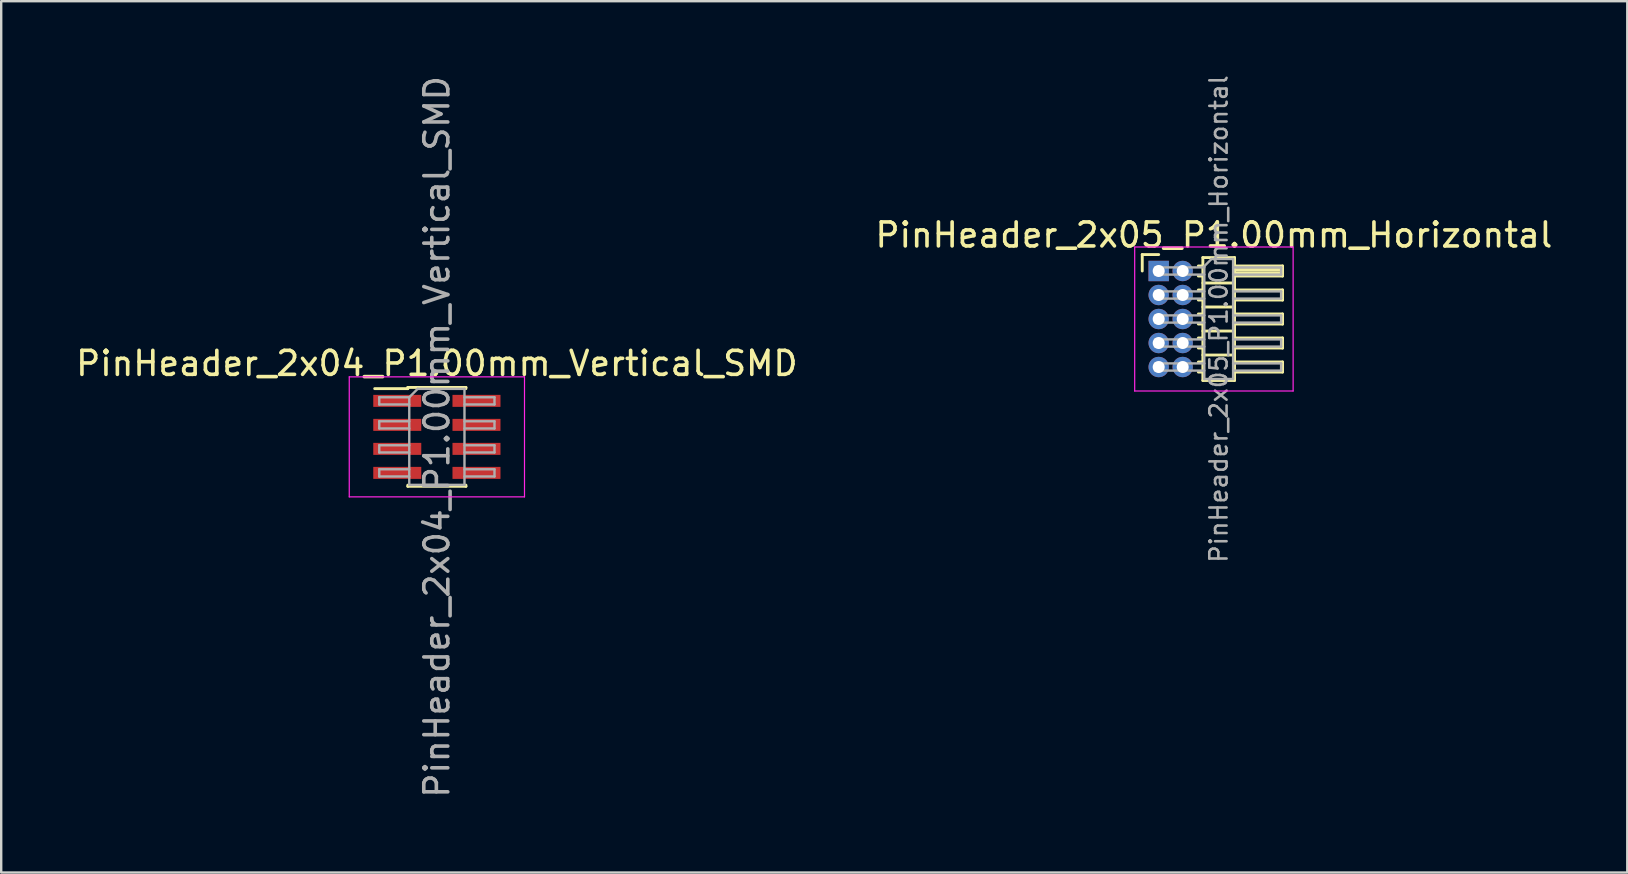
<source format=kicad_pcb>
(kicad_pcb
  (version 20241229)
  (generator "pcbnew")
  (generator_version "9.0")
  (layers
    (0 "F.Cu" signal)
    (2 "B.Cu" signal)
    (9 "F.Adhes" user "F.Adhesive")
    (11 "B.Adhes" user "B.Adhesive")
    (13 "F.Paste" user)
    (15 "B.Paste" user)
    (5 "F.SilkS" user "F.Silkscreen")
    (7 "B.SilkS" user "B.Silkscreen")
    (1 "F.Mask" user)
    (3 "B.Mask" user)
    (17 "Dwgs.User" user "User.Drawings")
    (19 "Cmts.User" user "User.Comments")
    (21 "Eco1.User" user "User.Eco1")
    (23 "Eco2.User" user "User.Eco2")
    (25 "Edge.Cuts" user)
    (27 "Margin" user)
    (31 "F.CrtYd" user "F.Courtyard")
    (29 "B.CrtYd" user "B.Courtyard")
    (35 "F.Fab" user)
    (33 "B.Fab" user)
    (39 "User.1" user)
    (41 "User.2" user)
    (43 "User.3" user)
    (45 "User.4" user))
  (footprint "PinHeader_2x05_P1.00mm_Horizontal"
    (layer "F.Cu")
    (at 45.218 8.239)
    (property "Reference" "PinHeader_2x05_P1.00mm_Horizontal" (at 2.3 -1.5 0) (layer "F.SilkS") (effects (font (size 1 1) (thickness 0.15))))
    (attr through_hole)
    (fp_line (start -0.685 -0.685) (end 0 -0.685) (stroke (width 0.12) (type solid)) (layer "F.SilkS"))
    (fp_line (start -0.685 0) (end -0.685 -0.685) (stroke (width 0.12) (type solid)) (layer "F.SilkS"))
    (fp_line (start 1.652 -0.21) (end 1.84 -0.21) (stroke (width 0.12) (type solid)) (layer "F.SilkS"))
    (fp_line (start 1.652 0.21) (end 1.84 0.21) (stroke (width 0.12) (type solid)) (layer "F.SilkS"))
    (fp_line (start 1.652 0.79) (end 1.84 0.79) (stroke (width 0.12) (type solid)) (layer "F.SilkS"))
    (fp_line (start 1.652 1.21) (end 1.84 1.21) (stroke (width 0.12) (type solid)) (layer "F.SilkS"))
    (fp_line (start 1.652 1.79) (end 1.84 1.79) (stroke (width 0.12) (type solid)) (layer "F.SilkS"))
    (fp_line (start 1.652 2.21) (end 1.84 2.21) (stroke (width 0.12) (type solid)) (layer "F.SilkS"))
    (fp_line (start 1.652 2.79) (end 1.84 2.79) (stroke (width 0.12) (type solid)) (layer "F.SilkS"))
    (fp_line (start 1.652 3.21) (end 1.84 3.21) (stroke (width 0.12) (type solid)) (layer "F.SilkS"))
    (fp_line (start 1.652 3.79) (end 1.84 3.79) (stroke (width 0.12) (type solid)) (layer "F.SilkS"))
    (fp_line (start 1.652 4.21) (end 1.84 4.21) (stroke (width 0.12) (type solid)) (layer "F.SilkS"))
    (fp_line (start 1.84 -0.56) (end 1.84 4.56) (stroke (width 0.12) (type solid)) (layer "F.SilkS"))
    (fp_line (start 1.84 0.5) (end 3.16 0.5) (stroke (width 0.12) (type solid)) (layer "F.SilkS"))
    (fp_line (start 1.84 1.5) (end 3.16 1.5) (stroke (width 0.12) (type solid)) (layer "F.SilkS"))
    (fp_line (start 1.84 2.5) (end 3.16 2.5) (stroke (width 0.12) (type solid)) (layer "F.SilkS"))
    (fp_line (start 1.84 3.5) (end 3.16 3.5) (stroke (width 0.12) (type solid)) (layer "F.SilkS"))
    (fp_line (start 1.84 4.56) (end 3.16 4.56) (stroke (width 0.12) (type solid)) (layer "F.SilkS"))
    (fp_line (start 3.16 -0.56) (end 1.84 -0.56) (stroke (width 0.12) (type solid)) (layer "F.SilkS"))
    (fp_line (start 3.16 -0.21) (end 5.16 -0.21) (stroke (width 0.12) (type solid)) (layer "F.SilkS"))
    (fp_line (start 3.16 -0.15) (end 5.16 -0.15) (stroke (width 0.12) (type solid)) (layer "F.SilkS"))
    (fp_line (start 3.16 -0.03) (end 5.16 -0.03) (stroke (width 0.12) (type solid)) (layer "F.SilkS"))
    (fp_line (start 3.16 0.09) (end 5.16 0.09) (stroke (width 0.12) (type solid)) (layer "F.SilkS"))
    (fp_line (start 3.16 0.79) (end 5.16 0.79) (stroke (width 0.12) (type solid)) (layer "F.SilkS"))
    (fp_line (start 3.16 1.79) (end 5.16 1.79) (stroke (width 0.12) (type solid)) (layer "F.SilkS"))
    (fp_line (start 3.16 2.79) (end 5.16 2.79) (stroke (width 0.12) (type solid)) (layer "F.SilkS"))
    (fp_line (start 3.16 3.79) (end 5.16 3.79) (stroke (width 0.12) (type solid)) (layer "F.SilkS"))
    (fp_line (start 3.16 4.56) (end 3.16 -0.56) (stroke (width 0.12) (type solid)) (layer "F.SilkS"))
    (fp_line (start 5.16 -0.21) (end 5.16 0.21) (stroke (width 0.12) (type solid)) (layer "F.SilkS"))
    (fp_line (start 5.16 0.21) (end 3.16 0.21) (stroke (width 0.12) (type solid)) (layer "F.SilkS"))
    (fp_line (start 5.16 0.79) (end 5.16 1.21) (stroke (width 0.12) (type solid)) (layer "F.SilkS"))
    (fp_line (start 5.16 1.21) (end 3.16 1.21) (stroke (width 0.12) (type solid)) (layer "F.SilkS"))
    (fp_line (start 5.16 1.79) (end 5.16 2.21) (stroke (width 0.12) (type solid)) (layer "F.SilkS"))
    (fp_line (start 5.16 2.21) (end 3.16 2.21) (stroke (width 0.12) (type solid)) (layer "F.SilkS"))
    (fp_line (start 5.16 2.79) (end 5.16 3.21) (stroke (width 0.12) (type solid)) (layer "F.SilkS"))
    (fp_line (start 5.16 3.21) (end 3.16 3.21) (stroke (width 0.12) (type solid)) (layer "F.SilkS"))
    (fp_line (start 5.16 3.79) (end 5.16 4.21) (stroke (width 0.12) (type solid)) (layer "F.SilkS"))
    (fp_line (start 5.16 4.21) (end 3.16 4.21) (stroke (width 0.12) (type solid)) (layer "F.SilkS"))
    (fp_line (start -1 -1) (end -1 5) (stroke (width 0.05) (type solid)) (layer "F.CrtYd"))
    (fp_line (start -1 5) (end 5.6 5) (stroke (width 0.05) (type solid)) (layer "F.CrtYd"))
    (fp_line (start 5.6 -1) (end -1 -1) (stroke (width 0.05) (type solid)) (layer "F.CrtYd"))
    (fp_line (start 5.6 5) (end 5.6 -1) (stroke (width 0.05) (type solid)) (layer "F.CrtYd"))
    (fp_line (start -0.15 -0.15) (end -0.15 0.15) (stroke (width 0.1) (type solid)) (layer "F.Fab"))
    (fp_line (start -0.15 -0.15) (end 1.9 -0.15) (stroke (width 0.1) (type solid)) (layer "F.Fab"))
    (fp_line (start -0.15 0.15) (end 1.9 0.15) (stroke (width 0.1) (type solid)) (layer "F.Fab"))
    (fp_line (start -0.15 0.85) (end -0.15 1.15) (stroke (width 0.1) (type solid)) (layer "F.Fab"))
    (fp_line (start -0.15 0.85) (end 1.9 0.85) (stroke (width 0.1) (type solid)) (layer "F.Fab"))
    (fp_line (start -0.15 1.15) (end 1.9 1.15) (stroke (width 0.1) (type solid)) (layer "F.Fab"))
    (fp_line (start -0.15 1.85) (end -0.15 2.15) (stroke (width 0.1) (type solid)) (layer "F.Fab"))
    (fp_line (start -0.15 1.85) (end 1.9 1.85) (stroke (width 0.1) (type solid)) (layer "F.Fab"))
    (fp_line (start -0.15 2.15) (end 1.9 2.15) (stroke (width 0.1) (type solid)) (layer "F.Fab"))
    (fp_line (start -0.15 2.85) (end -0.15 3.15) (stroke (width 0.1) (type solid)) (layer "F.Fab"))
    (fp_line (start -0.15 2.85) (end 1.9 2.85) (stroke (width 0.1) (type solid)) (layer "F.Fab"))
    (fp_line (start -0.15 3.15) (end 1.9 3.15) (stroke (width 0.1) (type solid)) (layer "F.Fab"))
    (fp_line (start -0.15 3.85) (end -0.15 4.15) (stroke (width 0.1) (type solid)) (layer "F.Fab"))
    (fp_line (start -0.15 3.85) (end 1.9 3.85) (stroke (width 0.1) (type solid)) (layer "F.Fab"))
    (fp_line (start -0.15 4.15) (end 1.9 4.15) (stroke (width 0.1) (type solid)) (layer "F.Fab"))
    (fp_line (start 1.9 -0.2) (end 2.2 -0.5) (stroke (width 0.1) (type solid)) (layer "F.Fab"))
    (fp_line (start 1.9 4.5) (end 1.9 -0.2) (stroke (width 0.1) (type solid)) (layer "F.Fab"))
    (fp_line (start 2.2 -0.5) (end 3.1 -0.5) (stroke (width 0.1) (type solid)) (layer "F.Fab"))
    (fp_line (start 3.1 -0.5) (end 3.1 4.5) (stroke (width 0.1) (type solid)) (layer "F.Fab"))
    (fp_line (start 3.1 -0.15) (end 5.1 -0.15) (stroke (width 0.1) (type solid)) (layer "F.Fab"))
    (fp_line (start 3.1 0.15) (end 5.1 0.15) (stroke (width 0.1) (type solid)) (layer "F.Fab"))
    (fp_line (start 3.1 0.85) (end 5.1 0.85) (stroke (width 0.1) (type solid)) (layer "F.Fab"))
    (fp_line (start 3.1 1.15) (end 5.1 1.15) (stroke (width 0.1) (type solid)) (layer "F.Fab"))
    (fp_line (start 3.1 1.85) (end 5.1 1.85) (stroke (width 0.1) (type solid)) (layer "F.Fab"))
    (fp_line (start 3.1 2.15) (end 5.1 2.15) (stroke (width 0.1) (type solid)) (layer "F.Fab"))
    (fp_line (start 3.1 2.85) (end 5.1 2.85) (stroke (width 0.1) (type solid)) (layer "F.Fab"))
    (fp_line (start 3.1 3.15) (end 5.1 3.15) (stroke (width 0.1) (type solid)) (layer "F.Fab"))
    (fp_line (start 3.1 3.85) (end 5.1 3.85) (stroke (width 0.1) (type solid)) (layer "F.Fab"))
    (fp_line (start 3.1 4.15) (end 5.1 4.15) (stroke (width 0.1) (type solid)) (layer "F.Fab"))
    (fp_line (start 3.1 4.5) (end 1.9 4.5) (stroke (width 0.1) (type solid)) (layer "F.Fab"))
    (fp_line (start 5.1 -0.15) (end 5.1 0.15) (stroke (width 0.1) (type solid)) (layer "F.Fab"))
    (fp_line (start 5.1 0.85) (end 5.1 1.15) (stroke (width 0.1) (type solid)) (layer "F.Fab"))
    (fp_line (start 5.1 1.85) (end 5.1 2.15) (stroke (width 0.1) (type solid)) (layer "F.Fab"))
    (fp_line (start 5.1 2.85) (end 5.1 3.15) (stroke (width 0.1) (type solid)) (layer "F.Fab"))
    (fp_line (start 5.1 3.85) (end 5.1 4.15) (stroke (width 0.1) (type solid)) (layer "F.Fab"))
    (fp_text user "${REFERENCE}" (at 2.5 2 90) (layer "F.Fab") (effects (font (size 0.72 0.72) (thickness 0.108))))
    (pad "1" thru_hole rect (at 0 0) (size 0.85 0.85) (drill 0.5) (layers "*.Cu" "*.Mask"))
    (pad "2" thru_hole oval (at 1 0) (size 0.85 0.85) (drill 0.5) (layers "*.Cu" "*.Mask"))
    (pad "3" thru_hole oval (at 0 1) (size 0.85 0.85) (drill 0.5) (layers "*.Cu" "*.Mask"))
    (pad "4" thru_hole oval (at 1 1) (size 0.85 0.85) (drill 0.5) (layers "*.Cu" "*.Mask"))
    (pad "5" thru_hole oval (at 0 2) (size 0.85 0.85) (drill 0.5) (layers "*.Cu" "*.Mask"))
    (pad "6" thru_hole oval (at 1 2) (size 0.85 0.85) (drill 0.5) (layers "*.Cu" "*.Mask"))
    (pad "7" thru_hole oval (at 0 3) (size 0.85 0.85) (drill 0.5) (layers "*.Cu" "*.Mask"))
    (pad "8" thru_hole oval (at 1 3) (size 0.85 0.85) (drill 0.5) (layers "*.Cu" "*.Mask"))
    (pad "9" thru_hole oval (at 0 4) (size 0.85 0.85) (drill 0.5) (layers "*.Cu" "*.Mask"))
    (pad "10" thru_hole oval (at 1 4) (size 0.85 0.85) (drill 0.5) (layers "*.Cu" "*.Mask")))
  (footprint "PinHeader_2x04_P1.00mm_Vertical_SMD"
    (layer "F.Cu")
    (at 15.149 15.149)
    (property "Reference" "PinHeader_2x04_P1.00mm_Vertical_SMD" (at 0 -3.06 0) (layer "F.SilkS") (effects (font (size 1 1) (thickness 0.15))))
    (attr smd)
    (fp_line (start -2.59 -2.01) (end -1.21 -2.01) (stroke (width 0.12) (type solid)) (layer "F.SilkS"))
    (fp_line (start -1.21 -2.06) (end -1.21 -2.01) (stroke (width 0.12) (type solid)) (layer "F.SilkS"))
    (fp_line (start -1.21 -2.06) (end 1.21 -2.06) (stroke (width 0.12) (type solid)) (layer "F.SilkS"))
    (fp_line (start -1.21 2.01) (end -1.21 2.06) (stroke (width 0.12) (type solid)) (layer "F.SilkS"))
    (fp_line (start -1.21 2.06) (end 1.21 2.06) (stroke (width 0.12) (type solid)) (layer "F.SilkS"))
    (fp_line (start 1.21 -2.06) (end 1.21 -2.01) (stroke (width 0.12) (type solid)) (layer "F.SilkS"))
    (fp_line (start 1.21 2.01) (end 1.21 2.06) (stroke (width 0.12) (type solid)) (layer "F.SilkS"))
    (fp_line (start -3.65 -2.5) (end -3.65 2.5) (stroke (width 0.05) (type solid)) (layer "F.CrtYd"))
    (fp_line (start -3.65 2.5) (end 3.65 2.5) (stroke (width 0.05) (type solid)) (layer "F.CrtYd"))
    (fp_line (start 3.65 -2.5) (end -3.65 -2.5) (stroke (width 0.05) (type solid)) (layer "F.CrtYd"))
    (fp_line (start 3.65 2.5) (end 3.65 -2.5) (stroke (width 0.05) (type solid)) (layer "F.CrtYd"))
    (fp_line (start -2.4 -1.65) (end -2.4 -1.35) (stroke (width 0.1) (type solid)) (layer "F.Fab"))
    (fp_line (start -2.4 -1.35) (end -1.15 -1.35) (stroke (width 0.1) (type solid)) (layer "F.Fab"))
    (fp_line (start -2.4 -0.65) (end -2.4 -0.35) (stroke (width 0.1) (type solid)) (layer "F.Fab"))
    (fp_line (start -2.4 -0.35) (end -1.15 -0.35) (stroke (width 0.1) (type solid)) (layer "F.Fab"))
    (fp_line (start -2.4 0.35) (end -2.4 0.65) (stroke (width 0.1) (type solid)) (layer "F.Fab"))
    (fp_line (start -2.4 0.65) (end -1.15 0.65) (stroke (width 0.1) (type solid)) (layer "F.Fab"))
    (fp_line (start -2.4 1.35) (end -2.4 1.65) (stroke (width 0.1) (type solid)) (layer "F.Fab"))
    (fp_line (start -2.4 1.65) (end -1.15 1.65) (stroke (width 0.1) (type solid)) (layer "F.Fab"))
    (fp_line (start -1.15 -1.65) (end -2.4 -1.65) (stroke (width 0.1) (type solid)) (layer "F.Fab"))
    (fp_line (start -1.15 -1.65) (end -0.8 -2) (stroke (width 0.1) (type solid)) (layer "F.Fab"))
    (fp_line (start -1.15 -0.65) (end -2.4 -0.65) (stroke (width 0.1) (type solid)) (layer "F.Fab"))
    (fp_line (start -1.15 0.35) (end -2.4 0.35) (stroke (width 0.1) (type solid)) (layer "F.Fab"))
    (fp_line (start -1.15 1.35) (end -2.4 1.35) (stroke (width 0.1) (type solid)) (layer "F.Fab"))
    (fp_line (start -1.15 2) (end -1.15 -1.65) (stroke (width 0.1) (type solid)) (layer "F.Fab"))
    (fp_line (start -0.8 -2) (end 1.15 -2) (stroke (width 0.1) (type solid)) (layer "F.Fab"))
    (fp_line (start 1.15 -2) (end 1.15 2) (stroke (width 0.1) (type solid)) (layer "F.Fab"))
    (fp_line (start 1.15 -1.65) (end 2.4 -1.65) (stroke (width 0.1) (type solid)) (layer "F.Fab"))
    (fp_line (start 1.15 -0.65) (end 2.4 -0.65) (stroke (width 0.1) (type solid)) (layer "F.Fab"))
    (fp_line (start 1.15 0.35) (end 2.4 0.35) (stroke (width 0.1) (type solid)) (layer "F.Fab"))
    (fp_line (start 1.15 1.35) (end 2.4 1.35) (stroke (width 0.1) (type solid)) (layer "F.Fab"))
    (fp_line (start 1.15 2) (end -1.15 2) (stroke (width 0.1) (type solid)) (layer "F.Fab"))
    (fp_line (start 2.4 -1.65) (end 2.4 -1.35) (stroke (width 0.1) (type solid)) (layer "F.Fab"))
    (fp_line (start 2.4 -1.35) (end 1.15 -1.35) (stroke (width 0.1) (type solid)) (layer "F.Fab"))
    (fp_line (start 2.4 -0.65) (end 2.4 -0.35) (stroke (width 0.1) (type solid)) (layer "F.Fab"))
    (fp_line (start 2.4 -0.35) (end 1.15 -0.35) (stroke (width 0.1) (type solid)) (layer "F.Fab"))
    (fp_line (start 2.4 0.35) (end 2.4 0.65) (stroke (width 0.1) (type solid)) (layer "F.Fab"))
    (fp_line (start 2.4 0.65) (end 1.15 0.65) (stroke (width 0.1) (type solid)) (layer "F.Fab"))
    (fp_line (start 2.4 1.35) (end 2.4 1.65) (stroke (width 0.1) (type solid)) (layer "F.Fab"))
    (fp_line (start 2.4 1.65) (end 1.15 1.65) (stroke (width 0.1) (type solid)) (layer "F.Fab"))
    (fp_text user "${REFERENCE}" (at 0 0 90) (layer "F.Fab") (effects (font (size 1 1) (thickness 0.15))))
    (pad "1" smd rect (at -1.65 -1.5) (size 2 0.5) (layers "F.Cu" "F.Mask" "F.Paste"))
    (pad "2" smd rect (at 1.65 -1.5) (size 2 0.5) (layers "F.Cu" "F.Mask" "F.Paste"))
    (pad "3" smd rect (at -1.65 -0.5) (size 2 0.5) (layers "F.Cu" "F.Mask" "F.Paste"))
    (pad "4" smd rect (at 1.65 -0.5) (size 2 0.5) (layers "F.Cu" "F.Mask" "F.Paste"))
    (pad "5" smd rect (at -1.65 0.5) (size 2 0.5) (layers "F.Cu" "F.Mask" "F.Paste"))
    (pad "6" smd rect (at 1.65 0.5) (size 2 0.5) (layers "F.Cu" "F.Mask" "F.Paste"))
    (pad "7" smd rect (at -1.65 1.5) (size 2 0.5) (layers "F.Cu" "F.Mask" "F.Paste"))
    (pad "8" smd rect (at 1.65 1.5) (size 2 0.5) (layers "F.Cu" "F.Mask" "F.Paste")))
  (gr_rect
    (start -3 -3)
    (end 64.738 33.298)
    (stroke (width 0.1) (type default))
    (fill no)
    (layer "Edge.Cuts")))
</source>
